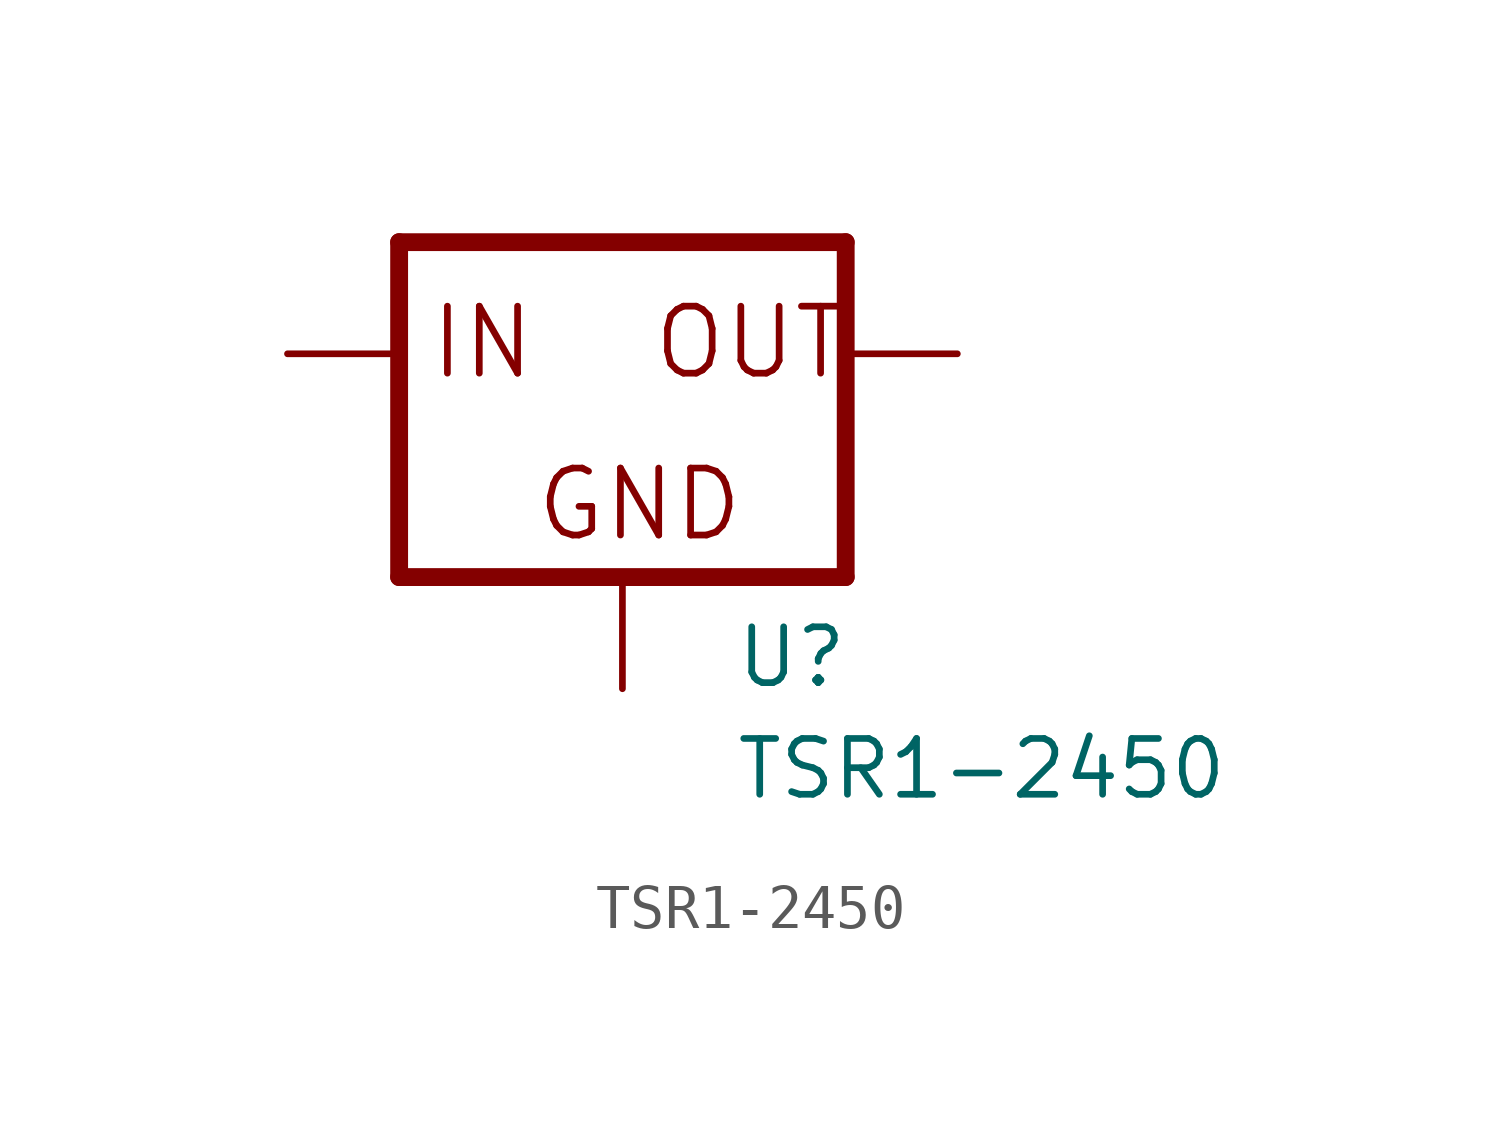
<source format=kicad_sym>
(kicad_symbol_lib
  (version 20231120)
  (generator "kicad_symbol_editor")
  (generator_version "8.0")
  (symbol "TSR1-2450"
    (pin_numbers hide)
    (pin_names
      (offset 1.016) hide)
    (property "Reference" "U"
      (at 2.54 -7.645 0)
      (effects (font (size 1.27 1.27)) (justify left bottom)))
    (property "Value" "TSR1-2450"
      (at 2.54 -10.185 0)
      (effects (font (size 1.27 1.27)) (justify left bottom)))
    (property "ki_locked" ""
      (at 0 0 0)
      (effects (font (size 1.27 1.27))))
    (symbol "TSR1-2450_0_0"
      (polyline (pts (xy -5.08 -5.08) (xy 5.08 -5.08)) (stroke (width 0.406) (type solid)) (fill (type none)))
      (polyline (pts (xy -5.08 2.54) (xy -5.08 -5.08)) (stroke (width 0.406) (type solid)) (fill (type none)))
      (polyline (pts (xy 5.08 -5.08) (xy 5.08 2.54)) (stroke (width 0.406) (type solid)) (fill (type none)))
      (polyline (pts (xy 5.08 2.54) (xy -5.08 2.54)) (stroke (width 0.406) (type solid)) (fill (type none)))
      (text "GND" (at -2.032 -4.318 0) (effects (font (size 1.524 1.524)) (justify left bottom)))
      (text "IN" (at -4.445 -0.635 0) (effects (font (size 1.524 1.524)) (justify left bottom)))
      (text "OUT" (at 0.635 -0.635 0) (effects (font (size 1.524 1.524)) (justify left bottom)))
      (pin input line (at -7.62 0 0) (length 2.54) (name "IN" (effects (font (size 1.016 1.016)))) (number "1" (effects (font (size 1.016 1.016)))))
      (pin input line (at 0 -7.62 90) (length 2.54) (name "GND" (effects (font (size 1.016 1.016)))) (number "2" (effects (font (size 1.016 1.016)))))
      (pin passive line (at 7.62 0 180) (length 2.54) (name "OUT" (effects (font (size 1.016 1.016)))) (number "3" (effects (font (size 1.016 1.016))))))))
</source>
